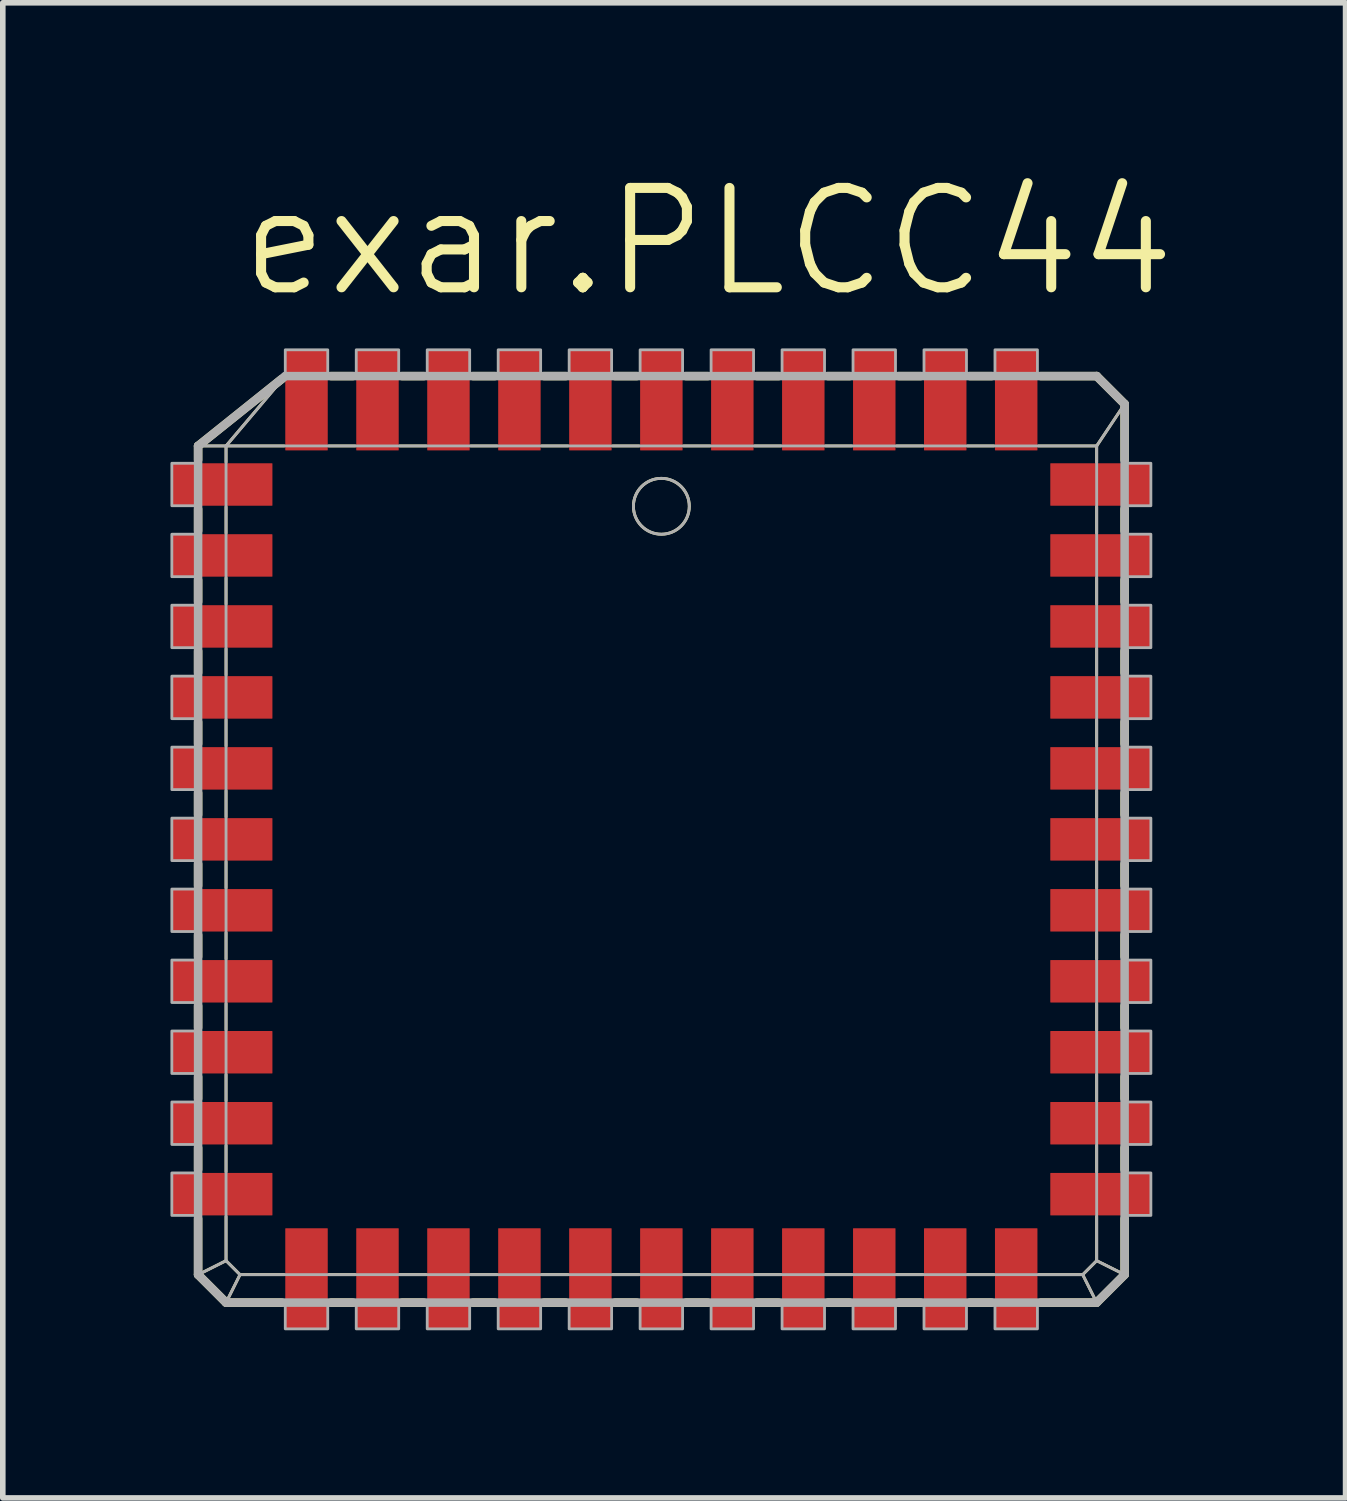
<source format=kicad_pcb>
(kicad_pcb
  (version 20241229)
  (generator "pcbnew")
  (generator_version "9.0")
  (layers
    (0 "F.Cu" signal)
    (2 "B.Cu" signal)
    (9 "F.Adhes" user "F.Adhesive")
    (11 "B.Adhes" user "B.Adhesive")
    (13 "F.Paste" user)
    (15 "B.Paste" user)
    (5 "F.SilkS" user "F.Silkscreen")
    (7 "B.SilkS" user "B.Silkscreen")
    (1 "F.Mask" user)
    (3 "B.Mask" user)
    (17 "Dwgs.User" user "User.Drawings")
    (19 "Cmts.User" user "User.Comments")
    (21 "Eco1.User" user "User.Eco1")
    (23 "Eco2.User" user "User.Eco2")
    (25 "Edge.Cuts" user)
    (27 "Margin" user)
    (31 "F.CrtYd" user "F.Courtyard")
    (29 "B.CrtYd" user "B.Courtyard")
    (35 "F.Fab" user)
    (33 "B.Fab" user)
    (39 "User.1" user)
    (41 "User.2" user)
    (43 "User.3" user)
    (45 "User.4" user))
  (footprint "exar.PLCC44"
    (layer "F.Cu")
    (at 8.785 11.97)
    (property "Reference" "exar.PLCC44" (at -7.62 -9.652 0) (layer "F.SilkS") (effects (font (size 1.778 1.778) (thickness 0.18)) (justify left bottom)))
    (attr smd)
    (fp_line (start -8.29 -7.04) (end -7.79 -7.04) (stroke (width 0.051) (type default)) (layer "F.SilkS"))
    (fp_line (start -8.29 -7.04) (end -6.79 -8.24) (stroke (width 0.152) (type default)) (layer "F.SilkS"))
    (fp_line (start -8.29 -6.79) (end -8.29 -7.04) (stroke (width 0.152) (type default)) (layer "F.SilkS"))
    (fp_line (start -8.29 -5.52) (end -8.29 -5.91) (stroke (width 0.152) (type default)) (layer "F.SilkS"))
    (fp_line (start -8.29 -4.25) (end -8.29 -4.64) (stroke (width 0.152) (type default)) (layer "F.SilkS"))
    (fp_line (start -8.29 -2.98) (end -8.29 -3.37) (stroke (width 0.152) (type default)) (layer "F.SilkS"))
    (fp_line (start -8.29 -1.71) (end -8.29 -2.1) (stroke (width 0.152) (type default)) (layer "F.SilkS"))
    (fp_line (start -8.29 -0.44) (end -8.29 -0.83) (stroke (width 0.152) (type default)) (layer "F.SilkS"))
    (fp_line (start -8.29 0.83) (end -8.29 0.44) (stroke (width 0.152) (type default)) (layer "F.SilkS"))
    (fp_line (start -8.29 2.1) (end -8.29 1.71) (stroke (width 0.152) (type default)) (layer "F.SilkS"))
    (fp_line (start -8.29 3.37) (end -8.29 2.98) (stroke (width 0.152) (type default)) (layer "F.SilkS"))
    (fp_line (start -8.29 4.64) (end -8.29 4.25) (stroke (width 0.152) (type default)) (layer "F.SilkS"))
    (fp_line (start -8.29 5.91) (end -8.29 5.52) (stroke (width 0.152) (type default)) (layer "F.SilkS"))
    (fp_line (start -8.29 7.79) (end -8.29 6.79) (stroke (width 0.152) (type default)) (layer "F.SilkS"))
    (fp_line (start -8.29 7.79) (end -7.79 7.54) (stroke (width 0.051) (type default)) (layer "F.SilkS"))
    (fp_line (start -7.79 -7.04) (end -6.75 -8.27) (stroke (width 0.051) (type default)) (layer "F.SilkS"))
    (fp_line (start -7.79 -7.04) (end -6.75 -7.04) (stroke (width 0.051) (type default)) (layer "F.SilkS"))
    (fp_line (start -7.79 -6.75) (end -7.79 -7.04) (stroke (width 0.051) (type default)) (layer "F.SilkS"))
    (fp_line (start -7.79 -5.48) (end -7.79 -5.95) (stroke (width 0.051) (type default)) (layer "F.SilkS"))
    (fp_line (start -7.79 -4.21) (end -7.79 -4.68) (stroke (width 0.051) (type default)) (layer "F.SilkS"))
    (fp_line (start -7.79 -2.94) (end -7.79 -3.41) (stroke (width 0.051) (type default)) (layer "F.SilkS"))
    (fp_line (start -7.79 -1.67) (end -7.79 -2.14) (stroke (width 0.051) (type default)) (layer "F.SilkS"))
    (fp_line (start -7.79 -0.4) (end -7.79 -0.87) (stroke (width 0.051) (type default)) (layer "F.SilkS"))
    (fp_line (start -7.79 0.87) (end -7.79 0.4) (stroke (width 0.051) (type default)) (layer "F.SilkS"))
    (fp_line (start -7.79 2.14) (end -7.79 1.67) (stroke (width 0.051) (type default)) (layer "F.SilkS"))
    (fp_line (start -7.79 3.41) (end -7.79 2.94) (stroke (width 0.051) (type default)) (layer "F.SilkS"))
    (fp_line (start -7.79 4.68) (end -7.79 4.21) (stroke (width 0.051) (type default)) (layer "F.SilkS"))
    (fp_line (start -7.79 5.95) (end -7.79 5.48) (stroke (width 0.051) (type default)) (layer "F.SilkS"))
    (fp_line (start -7.79 7.54) (end -7.79 6.75) (stroke (width 0.051) (type default)) (layer "F.SilkS"))
    (fp_line (start -7.79 8.29) (end -8.29 7.79) (stroke (width 0.152) (type default)) (layer "F.SilkS"))
    (fp_line (start -7.79 8.29) (end -7.54 7.79) (stroke (width 0.051) (type default)) (layer "F.SilkS"))
    (fp_line (start -7.54 7.79) (end -7.79 7.54) (stroke (width 0.051) (type default)) (layer "F.SilkS"))
    (fp_line (start -6.79 8.29) (end -7.79 8.29) (stroke (width 0.152) (type default)) (layer "F.SilkS"))
    (fp_line (start -6.75 7.79) (end -7.54 7.79) (stroke (width 0.051) (type default)) (layer "F.SilkS"))
    (fp_line (start -5.95 -7.04) (end -5.48 -7.04) (stroke (width 0.051) (type default)) (layer "F.SilkS"))
    (fp_line (start -5.91 -8.29) (end -5.52 -8.29) (stroke (width 0.152) (type default)) (layer "F.SilkS"))
    (fp_line (start -5.52 8.29) (end -5.91 8.29) (stroke (width 0.152) (type default)) (layer "F.SilkS"))
    (fp_line (start -5.48 7.79) (end -5.95 7.79) (stroke (width 0.051) (type default)) (layer "F.SilkS"))
    (fp_line (start -4.68 -7.04) (end -4.21 -7.04) (stroke (width 0.051) (type default)) (layer "F.SilkS"))
    (fp_line (start -4.64 -8.29) (end -4.25 -8.29) (stroke (width 0.152) (type default)) (layer "F.SilkS"))
    (fp_line (start -4.25 8.29) (end -4.64 8.29) (stroke (width 0.152) (type default)) (layer "F.SilkS"))
    (fp_line (start -4.21 7.79) (end -4.68 7.79) (stroke (width 0.051) (type default)) (layer "F.SilkS"))
    (fp_line (start -3.41 -7.04) (end -2.94 -7.04) (stroke (width 0.051) (type default)) (layer "F.SilkS"))
    (fp_line (start -3.37 -8.29) (end -2.98 -8.29) (stroke (width 0.152) (type default)) (layer "F.SilkS"))
    (fp_line (start -2.98 8.29) (end -3.37 8.29) (stroke (width 0.152) (type default)) (layer "F.SilkS"))
    (fp_line (start -2.94 7.79) (end -3.41 7.79) (stroke (width 0.051) (type default)) (layer "F.SilkS"))
    (fp_line (start -2.14 -7.04) (end -1.67 -7.04) (stroke (width 0.051) (type default)) (layer "F.SilkS"))
    (fp_line (start -2.1 -8.29) (end -1.71 -8.29) (stroke (width 0.152) (type default)) (layer "F.SilkS"))
    (fp_line (start -1.71 8.29) (end -2.1 8.29) (stroke (width 0.152) (type default)) (layer "F.SilkS"))
    (fp_line (start -1.67 7.79) (end -2.14 7.79) (stroke (width 0.051) (type default)) (layer "F.SilkS"))
    (fp_line (start -0.87 -7.04) (end -0.4 -7.04) (stroke (width 0.051) (type default)) (layer "F.SilkS"))
    (fp_line (start -0.83 -8.29) (end -0.44 -8.29) (stroke (width 0.152) (type default)) (layer "F.SilkS"))
    (fp_line (start -0.44 8.29) (end -0.83 8.29) (stroke (width 0.152) (type default)) (layer "F.SilkS"))
    (fp_line (start -0.4 7.79) (end -0.87 7.79) (stroke (width 0.051) (type default)) (layer "F.SilkS"))
    (fp_line (start 0.4 -7.04) (end 0.87 -7.04) (stroke (width 0.051) (type default)) (layer "F.SilkS"))
    (fp_line (start 0.44 -8.29) (end 0.83 -8.29) (stroke (width 0.152) (type default)) (layer "F.SilkS"))
    (fp_line (start 0.83 8.29) (end 0.44 8.29) (stroke (width 0.152) (type default)) (layer "F.SilkS"))
    (fp_line (start 0.87 7.79) (end 0.4 7.79) (stroke (width 0.051) (type default)) (layer "F.SilkS"))
    (fp_line (start 1.67 -7.04) (end 2.14 -7.04) (stroke (width 0.051) (type default)) (layer "F.SilkS"))
    (fp_line (start 1.71 -8.29) (end 2.1 -8.29) (stroke (width 0.152) (type default)) (layer "F.SilkS"))
    (fp_line (start 2.1 8.29) (end 1.71 8.29) (stroke (width 0.152) (type default)) (layer "F.SilkS"))
    (fp_line (start 2.14 7.79) (end 1.67 7.79) (stroke (width 0.051) (type default)) (layer "F.SilkS"))
    (fp_line (start 2.94 -7.04) (end 3.41 -7.04) (stroke (width 0.051) (type default)) (layer "F.SilkS"))
    (fp_line (start 2.98 -8.29) (end 3.37 -8.29) (stroke (width 0.152) (type default)) (layer "F.SilkS"))
    (fp_line (start 3.37 8.29) (end 2.98 8.29) (stroke (width 0.152) (type default)) (layer "F.SilkS"))
    (fp_line (start 3.41 7.79) (end 2.94 7.79) (stroke (width 0.051) (type default)) (layer "F.SilkS"))
    (fp_line (start 4.21 -7.04) (end 4.68 -7.04) (stroke (width 0.051) (type default)) (layer "F.SilkS"))
    (fp_line (start 4.25 -8.29) (end 4.64 -8.29) (stroke (width 0.152) (type default)) (layer "F.SilkS"))
    (fp_line (start 4.64 8.29) (end 4.25 8.29) (stroke (width 0.152) (type default)) (layer "F.SilkS"))
    (fp_line (start 4.68 7.79) (end 4.21 7.79) (stroke (width 0.051) (type default)) (layer "F.SilkS"))
    (fp_line (start 5.48 -7.04) (end 5.95 -7.04) (stroke (width 0.051) (type default)) (layer "F.SilkS"))
    (fp_line (start 5.52 -8.29) (end 5.91 -8.29) (stroke (width 0.152) (type default)) (layer "F.SilkS"))
    (fp_line (start 5.91 8.29) (end 5.52 8.29) (stroke (width 0.152) (type default)) (layer "F.SilkS"))
    (fp_line (start 5.95 7.79) (end 5.48 7.79) (stroke (width 0.051) (type default)) (layer "F.SilkS"))
    (fp_line (start 6.75 -7.04) (end 7.79 -7.04) (stroke (width 0.051) (type default)) (layer "F.SilkS"))
    (fp_line (start 6.79 -8.29) (end 7.79 -8.29) (stroke (width 0.152) (type default)) (layer "F.SilkS"))
    (fp_line (start 7.54 7.79) (end 6.75 7.79) (stroke (width 0.051) (type default)) (layer "F.SilkS"))
    (fp_line (start 7.54 7.79) (end 7.79 8.29) (stroke (width 0.051) (type default)) (layer "F.SilkS"))
    (fp_line (start 7.79 -8.29) (end 8.29 -7.79) (stroke (width 0.152) (type default)) (layer "F.SilkS"))
    (fp_line (start 7.79 -7.04) (end 7.79 -6.75) (stroke (width 0.051) (type default)) (layer "F.SilkS"))
    (fp_line (start 7.79 -5.95) (end 7.79 -5.48) (stroke (width 0.051) (type default)) (layer "F.SilkS"))
    (fp_line (start 7.79 -4.68) (end 7.79 -4.21) (stroke (width 0.051) (type default)) (layer "F.SilkS"))
    (fp_line (start 7.79 -3.41) (end 7.79 -2.94) (stroke (width 0.051) (type default)) (layer "F.SilkS"))
    (fp_line (start 7.79 -2.14) (end 7.79 -1.67) (stroke (width 0.051) (type default)) (layer "F.SilkS"))
    (fp_line (start 7.79 -0.87) (end 7.79 -0.4) (stroke (width 0.051) (type default)) (layer "F.SilkS"))
    (fp_line (start 7.79 0.4) (end 7.79 0.87) (stroke (width 0.051) (type default)) (layer "F.SilkS"))
    (fp_line (start 7.79 1.67) (end 7.79 2.14) (stroke (width 0.051) (type default)) (layer "F.SilkS"))
    (fp_line (start 7.79 2.94) (end 7.79 3.41) (stroke (width 0.051) (type default)) (layer "F.SilkS"))
    (fp_line (start 7.79 4.21) (end 7.79 4.68) (stroke (width 0.051) (type default)) (layer "F.SilkS"))
    (fp_line (start 7.79 5.48) (end 7.79 5.95) (stroke (width 0.051) (type default)) (layer "F.SilkS"))
    (fp_line (start 7.79 6.75) (end 7.79 7.54) (stroke (width 0.051) (type default)) (layer "F.SilkS"))
    (fp_line (start 7.79 7.54) (end 7.54 7.79) (stroke (width 0.051) (type default)) (layer "F.SilkS"))
    (fp_line (start 7.79 7.54) (end 8.29 7.79) (stroke (width 0.051) (type default)) (layer "F.SilkS"))
    (fp_line (start 7.79 8.29) (end 6.79 8.29) (stroke (width 0.152) (type default)) (layer "F.SilkS"))
    (fp_line (start 8.29 -7.79) (end 7.79 -7.04) (stroke (width 0.051) (type default)) (layer "F.SilkS"))
    (fp_line (start 8.29 -7.79) (end 8.29 -6.79) (stroke (width 0.152) (type default)) (layer "F.SilkS"))
    (fp_line (start 8.29 -5.91) (end 8.29 -5.52) (stroke (width 0.152) (type default)) (layer "F.SilkS"))
    (fp_line (start 8.29 -4.64) (end 8.29 -4.25) (stroke (width 0.152) (type default)) (layer "F.SilkS"))
    (fp_line (start 8.29 -3.37) (end 8.29 -2.98) (stroke (width 0.152) (type default)) (layer "F.SilkS"))
    (fp_line (start 8.29 -2.1) (end 8.29 -1.71) (stroke (width 0.152) (type default)) (layer "F.SilkS"))
    (fp_line (start 8.29 -0.83) (end 8.29 -0.44) (stroke (width 0.152) (type default)) (layer "F.SilkS"))
    (fp_line (start 8.29 0.44) (end 8.29 0.83) (stroke (width 0.152) (type default)) (layer "F.SilkS"))
    (fp_line (start 8.29 1.71) (end 8.29 2.1) (stroke (width 0.152) (type default)) (layer "F.SilkS"))
    (fp_line (start 8.29 2.98) (end 8.29 3.37) (stroke (width 0.152) (type default)) (layer "F.SilkS"))
    (fp_line (start 8.29 4.25) (end 8.29 4.64) (stroke (width 0.152) (type default)) (layer "F.SilkS"))
    (fp_line (start 8.29 5.52) (end 8.29 5.91) (stroke (width 0.152) (type default)) (layer "F.SilkS"))
    (fp_line (start 8.29 6.79) (end 8.29 7.79) (stroke (width 0.152) (type default)) (layer "F.SilkS"))
    (fp_line (start 8.29 7.79) (end 7.79 8.29) (stroke (width 0.152) (type default)) (layer "F.SilkS"))
    (fp_circle (center 0 -5.96) (end 0.5 -5.96) (stroke (width 0.051) (type default)) (fill no) (layer "F.SilkS"))
    (fp_line (start -8.29 -7.04) (end -7.79 -7.04) (stroke (width 0.051) (type default)) (layer "F.Fab"))
    (fp_line (start -8.29 -7.04) (end -6.73 -8.29) (stroke (width 0.152) (type default)) (layer "F.Fab"))
    (fp_line (start -8.29 7.79) (end -8.29 -7.04) (stroke (width 0.152) (type default)) (layer "F.Fab"))
    (fp_line (start -8.29 7.79) (end -7.79 7.54) (stroke (width 0.051) (type default)) (layer "F.Fab"))
    (fp_line (start -7.79 -7.04) (end -6.73 -8.29) (stroke (width 0.051) (type default)) (layer "F.Fab"))
    (fp_line (start -7.79 -7.04) (end 7.79 -7.04) (stroke (width 0.051) (type default)) (layer "F.Fab"))
    (fp_line (start -7.79 7.54) (end -7.79 -7.04) (stroke (width 0.051) (type default)) (layer "F.Fab"))
    (fp_line (start -7.79 8.29) (end -8.29 7.79) (stroke (width 0.152) (type default)) (layer "F.Fab"))
    (fp_line (start -7.79 8.29) (end -7.54 7.79) (stroke (width 0.051) (type default)) (layer "F.Fab"))
    (fp_line (start -7.54 7.79) (end -7.79 7.54) (stroke (width 0.051) (type default)) (layer "F.Fab"))
    (fp_line (start -6.73 -8.29) (end 7.79 -8.29) (stroke (width 0.152) (type default)) (layer "F.Fab"))
    (fp_line (start 7.54 7.79) (end -7.54 7.79) (stroke (width 0.051) (type default)) (layer "F.Fab"))
    (fp_line (start 7.54 7.79) (end 7.79 8.29) (stroke (width 0.051) (type default)) (layer "F.Fab"))
    (fp_line (start 7.79 -8.29) (end 8.29 -7.79) (stroke (width 0.152) (type default)) (layer "F.Fab"))
    (fp_line (start 7.79 -7.04) (end 7.79 7.54) (stroke (width 0.051) (type default)) (layer "F.Fab"))
    (fp_line (start 7.79 7.54) (end 7.54 7.79) (stroke (width 0.051) (type default)) (layer "F.Fab"))
    (fp_line (start 7.79 7.54) (end 8.29 7.79) (stroke (width 0.051) (type default)) (layer "F.Fab"))
    (fp_line (start 7.79 8.29) (end -7.79 8.29) (stroke (width 0.152) (type default)) (layer "F.Fab"))
    (fp_line (start 8.29 -7.79) (end 7.79 -7.04) (stroke (width 0.051) (type default)) (layer "F.Fab"))
    (fp_line (start 8.29 -7.79) (end 8.29 7.79) (stroke (width 0.152) (type default)) (layer "F.Fab"))
    (fp_line (start 8.29 7.79) (end 7.79 8.29) (stroke (width 0.152) (type default)) (layer "F.Fab"))
    (fp_rect (start -8.76 -5.97) (end -8.29 -6.73) (stroke (width 0.05) (type default)) (fill no) (layer "F.Fab"))
    (fp_rect (start -8.76 -4.7) (end -8.29 -5.46) (stroke (width 0.05) (type default)) (fill no) (layer "F.Fab"))
    (fp_rect (start -8.76 -3.43) (end -8.29 -4.19) (stroke (width 0.05) (type default)) (fill no) (layer "F.Fab"))
    (fp_rect (start -8.76 -2.16) (end -8.29 -2.92) (stroke (width 0.05) (type default)) (fill no) (layer "F.Fab"))
    (fp_rect (start -8.76 -0.89) (end -8.29 -1.65) (stroke (width 0.05) (type default)) (fill no) (layer "F.Fab"))
    (fp_rect (start -8.76 0.38) (end -8.29 -0.38) (stroke (width 0.05) (type default)) (fill no) (layer "F.Fab"))
    (fp_rect (start -8.76 1.65) (end -8.29 0.89) (stroke (width 0.05) (type default)) (fill no) (layer "F.Fab"))
    (fp_rect (start -8.76 2.92) (end -8.29 2.16) (stroke (width 0.05) (type default)) (fill no) (layer "F.Fab"))
    (fp_rect (start -8.76 4.19) (end -8.29 3.43) (stroke (width 0.05) (type default)) (fill no) (layer "F.Fab"))
    (fp_rect (start -8.76 5.46) (end -8.29 4.7) (stroke (width 0.05) (type default)) (fill no) (layer "F.Fab"))
    (fp_rect (start -8.76 6.73) (end -8.29 5.97) (stroke (width 0.05) (type default)) (fill no) (layer "F.Fab"))
    (fp_rect (start -6.73 -8.29) (end -5.97 -8.76) (stroke (width 0.05) (type default)) (fill no) (layer "F.Fab"))
    (fp_rect (start -6.73 8.76) (end -5.97 8.29) (stroke (width 0.05) (type default)) (fill no) (layer "F.Fab"))
    (fp_rect (start -5.46 -8.29) (end -4.7 -8.76) (stroke (width 0.05) (type default)) (fill no) (layer "F.Fab"))
    (fp_rect (start -5.46 8.76) (end -4.7 8.29) (stroke (width 0.05) (type default)) (fill no) (layer "F.Fab"))
    (fp_rect (start -4.19 -8.29) (end -3.43 -8.76) (stroke (width 0.05) (type default)) (fill no) (layer "F.Fab"))
    (fp_rect (start -4.19 8.76) (end -3.43 8.29) (stroke (width 0.05) (type default)) (fill no) (layer "F.Fab"))
    (fp_rect (start -2.92 -8.29) (end -2.16 -8.76) (stroke (width 0.05) (type default)) (fill no) (layer "F.Fab"))
    (fp_rect (start -2.92 8.76) (end -2.16 8.29) (stroke (width 0.05) (type default)) (fill no) (layer "F.Fab"))
    (fp_rect (start -1.65 -8.29) (end -0.89 -8.76) (stroke (width 0.05) (type default)) (fill no) (layer "F.Fab"))
    (fp_rect (start -1.65 8.76) (end -0.89 8.29) (stroke (width 0.05) (type default)) (fill no) (layer "F.Fab"))
    (fp_rect (start -0.38 -8.29) (end 0.38 -8.76) (stroke (width 0.05) (type default)) (fill no) (layer "F.Fab"))
    (fp_rect (start -0.38 8.76) (end 0.38 8.29) (stroke (width 0.05) (type default)) (fill no) (layer "F.Fab"))
    (fp_rect (start 0.89 -8.29) (end 1.65 -8.76) (stroke (width 0.05) (type default)) (fill no) (layer "F.Fab"))
    (fp_rect (start 0.89 8.76) (end 1.65 8.29) (stroke (width 0.05) (type default)) (fill no) (layer "F.Fab"))
    (fp_rect (start 2.16 -8.29) (end 2.92 -8.76) (stroke (width 0.05) (type default)) (fill no) (layer "F.Fab"))
    (fp_rect (start 2.16 8.76) (end 2.92 8.29) (stroke (width 0.05) (type default)) (fill no) (layer "F.Fab"))
    (fp_rect (start 3.43 -8.29) (end 4.19 -8.76) (stroke (width 0.05) (type default)) (fill no) (layer "F.Fab"))
    (fp_rect (start 3.43 8.76) (end 4.19 8.29) (stroke (width 0.05) (type default)) (fill no) (layer "F.Fab"))
    (fp_rect (start 4.7 -8.29) (end 5.46 -8.76) (stroke (width 0.05) (type default)) (fill no) (layer "F.Fab"))
    (fp_rect (start 4.7 8.76) (end 5.46 8.29) (stroke (width 0.05) (type default)) (fill no) (layer "F.Fab"))
    (fp_rect (start 5.97 -8.29) (end 6.73 -8.76) (stroke (width 0.05) (type default)) (fill no) (layer "F.Fab"))
    (fp_rect (start 5.97 8.76) (end 6.73 8.29) (stroke (width 0.05) (type default)) (fill no) (layer "F.Fab"))
    (fp_rect (start 8.29 -5.97) (end 8.76 -6.73) (stroke (width 0.05) (type default)) (fill no) (layer "F.Fab"))
    (fp_rect (start 8.29 -4.7) (end 8.76 -5.46) (stroke (width 0.05) (type default)) (fill no) (layer "F.Fab"))
    (fp_rect (start 8.29 -3.43) (end 8.76 -4.19) (stroke (width 0.05) (type default)) (fill no) (layer "F.Fab"))
    (fp_rect (start 8.29 -2.16) (end 8.76 -2.92) (stroke (width 0.05) (type default)) (fill no) (layer "F.Fab"))
    (fp_rect (start 8.29 -0.89) (end 8.76 -1.65) (stroke (width 0.05) (type default)) (fill no) (layer "F.Fab"))
    (fp_rect (start 8.29 0.38) (end 8.76 -0.38) (stroke (width 0.05) (type default)) (fill no) (layer "F.Fab"))
    (fp_rect (start 8.29 1.65) (end 8.76 0.89) (stroke (width 0.05) (type default)) (fill no) (layer "F.Fab"))
    (fp_rect (start 8.29 2.92) (end 8.76 2.16) (stroke (width 0.05) (type default)) (fill no) (layer "F.Fab"))
    (fp_rect (start 8.29 4.19) (end 8.76 3.43) (stroke (width 0.05) (type default)) (fill no) (layer "F.Fab"))
    (fp_rect (start 8.29 5.46) (end 8.76 4.7) (stroke (width 0.05) (type default)) (fill no) (layer "F.Fab"))
    (fp_rect (start 8.29 6.73) (end 8.76 5.97) (stroke (width 0.05) (type default)) (fill no) (layer "F.Fab"))
    (fp_circle (center 0 -5.96) (end 0.5 -5.96) (stroke (width 0.051) (type default)) (fill no) (layer "F.Fab"))
    (pad "1" smd roundrect (at 0 -7.86) (size 0.76 1.8) (layers "F.Cu" "F.Mask" "F.Paste") (roundrect_rratio 0.01))
    (pad "2" smd roundrect (at -1.27 -7.86) (size 0.76 1.8) (layers "F.Cu" "F.Mask" "F.Paste") (roundrect_rratio 0.01))
    (pad "3" smd roundrect (at -2.54 -7.86) (size 0.76 1.8) (layers "F.Cu" "F.Mask" "F.Paste") (roundrect_rratio 0.01))
    (pad "4" smd roundrect (at -3.81 -7.86) (size 0.76 1.8) (layers "F.Cu" "F.Mask" "F.Paste") (roundrect_rratio 0.01))
    (pad "5" smd roundrect (at -5.08 -7.86) (size 0.76 1.8) (layers "F.Cu" "F.Mask" "F.Paste") (roundrect_rratio 0.01))
    (pad "6" smd roundrect (at -6.35 -7.86) (size 0.76 1.8) (layers "F.Cu" "F.Mask" "F.Paste") (roundrect_rratio 0.01))
    (pad "7" smd roundrect (at -7.86 -6.35) (size 1.8 0.76) (layers "F.Cu" "F.Mask" "F.Paste") (roundrect_rratio 0.01))
    (pad "8" smd roundrect (at -7.86 -5.08) (size 1.8 0.76) (layers "F.Cu" "F.Mask" "F.Paste") (roundrect_rratio 0.01))
    (pad "9" smd roundrect (at -7.86 -3.81) (size 1.8 0.76) (layers "F.Cu" "F.Mask" "F.Paste") (roundrect_rratio 0.01))
    (pad "10" smd roundrect (at -7.86 -2.54) (size 1.8 0.76) (layers "F.Cu" "F.Mask" "F.Paste") (roundrect_rratio 0.01))
    (pad "11" smd roundrect (at -7.86 -1.27) (size 1.8 0.76) (layers "F.Cu" "F.Mask" "F.Paste") (roundrect_rratio 0.01))
    (pad "12" smd roundrect (at -7.86 0) (size 1.8 0.76) (layers "F.Cu" "F.Mask" "F.Paste") (roundrect_rratio 0.01))
    (pad "13" smd roundrect (at -7.86 1.27) (size 1.8 0.76) (layers "F.Cu" "F.Mask" "F.Paste") (roundrect_rratio 0.01))
    (pad "14" smd roundrect (at -7.86 2.54) (size 1.8 0.76) (layers "F.Cu" "F.Mask" "F.Paste") (roundrect_rratio 0.01))
    (pad "15" smd roundrect (at -7.86 3.81) (size 1.8 0.76) (layers "F.Cu" "F.Mask" "F.Paste") (roundrect_rratio 0.01))
    (pad "16" smd roundrect (at -7.86 5.08) (size 1.8 0.76) (layers "F.Cu" "F.Mask" "F.Paste") (roundrect_rratio 0.01))
    (pad "17" smd roundrect (at -7.86 6.35) (size 1.8 0.76) (layers "F.Cu" "F.Mask" "F.Paste") (roundrect_rratio 0.01))
    (pad "18" smd roundrect (at -6.35 7.86) (size 0.76 1.8) (layers "F.Cu" "F.Mask" "F.Paste") (roundrect_rratio 0.01))
    (pad "19" smd roundrect (at -5.08 7.86) (size 0.76 1.8) (layers "F.Cu" "F.Mask" "F.Paste") (roundrect_rratio 0.01))
    (pad "20" smd roundrect (at -3.81 7.86) (size 0.76 1.8) (layers "F.Cu" "F.Mask" "F.Paste") (roundrect_rratio 0.01))
    (pad "21" smd roundrect (at -2.54 7.86) (size 0.76 1.8) (layers "F.Cu" "F.Mask" "F.Paste") (roundrect_rratio 0.01))
    (pad "22" smd roundrect (at -1.27 7.86) (size 0.76 1.8) (layers "F.Cu" "F.Mask" "F.Paste") (roundrect_rratio 0.01))
    (pad "23" smd roundrect (at 0 7.86) (size 0.76 1.8) (layers "F.Cu" "F.Mask" "F.Paste") (roundrect_rratio 0.01))
    (pad "24" smd roundrect (at 1.27 7.86) (size 0.76 1.8) (layers "F.Cu" "F.Mask" "F.Paste") (roundrect_rratio 0.01))
    (pad "25" smd roundrect (at 2.54 7.86) (size 0.76 1.8) (layers "F.Cu" "F.Mask" "F.Paste") (roundrect_rratio 0.01))
    (pad "26" smd roundrect (at 3.81 7.86) (size 0.76 1.8) (layers "F.Cu" "F.Mask" "F.Paste") (roundrect_rratio 0.01))
    (pad "27" smd roundrect (at 5.08 7.86) (size 0.76 1.8) (layers "F.Cu" "F.Mask" "F.Paste") (roundrect_rratio 0.01))
    (pad "28" smd roundrect (at 6.35 7.86) (size 0.76 1.8) (layers "F.Cu" "F.Mask" "F.Paste") (roundrect_rratio 0.01))
    (pad "29" smd roundrect (at 7.86 6.35) (size 1.8 0.76) (layers "F.Cu" "F.Mask" "F.Paste") (roundrect_rratio 0.01))
    (pad "30" smd roundrect (at 7.86 5.08) (size 1.8 0.76) (layers "F.Cu" "F.Mask" "F.Paste") (roundrect_rratio 0.01))
    (pad "31" smd roundrect (at 7.86 3.81) (size 1.8 0.76) (layers "F.Cu" "F.Mask" "F.Paste") (roundrect_rratio 0.01))
    (pad "32" smd roundrect (at 7.86 2.54) (size 1.8 0.76) (layers "F.Cu" "F.Mask" "F.Paste") (roundrect_rratio 0.01))
    (pad "33" smd roundrect (at 7.86 1.27) (size 1.8 0.76) (layers "F.Cu" "F.Mask" "F.Paste") (roundrect_rratio 0.01))
    (pad "34" smd roundrect (at 7.86 0) (size 1.8 0.76) (layers "F.Cu" "F.Mask" "F.Paste") (roundrect_rratio 0.01))
    (pad "35" smd roundrect (at 7.86 -1.27) (size 1.8 0.76) (layers "F.Cu" "F.Mask" "F.Paste") (roundrect_rratio 0.01))
    (pad "36" smd roundrect (at 7.86 -2.54) (size 1.8 0.76) (layers "F.Cu" "F.Mask" "F.Paste") (roundrect_rratio 0.01))
    (pad "37" smd roundrect (at 7.86 -3.81) (size 1.8 0.76) (layers "F.Cu" "F.Mask" "F.Paste") (roundrect_rratio 0.01))
    (pad "38" smd roundrect (at 7.86 -5.08) (size 1.8 0.76) (layers "F.Cu" "F.Mask" "F.Paste") (roundrect_rratio 0.01))
    (pad "39" smd roundrect (at 7.86 -6.35) (size 1.8 0.76) (layers "F.Cu" "F.Mask" "F.Paste") (roundrect_rratio 0.01))
    (pad "40" smd roundrect (at 6.35 -7.86) (size 0.76 1.8) (layers "F.Cu" "F.Mask" "F.Paste") (roundrect_rratio 0.01))
    (pad "41" smd roundrect (at 5.08 -7.86) (size 0.76 1.8) (layers "F.Cu" "F.Mask" "F.Paste") (roundrect_rratio 0.01))
    (pad "42" smd roundrect (at 3.81 -7.86) (size 0.76 1.8) (layers "F.Cu" "F.Mask" "F.Paste") (roundrect_rratio 0.01))
    (pad "43" smd roundrect (at 2.54 -7.86) (size 0.76 1.8) (layers "F.Cu" "F.Mask" "F.Paste") (roundrect_rratio 0.01))
    (pad "44" smd roundrect (at 1.27 -7.86) (size 0.76 1.8) (layers "F.Cu" "F.Mask" "F.Paste") (roundrect_rratio 0.01)))
  (gr_rect
    (start -3 -3)
    (end 21.029 23.755)
    (stroke (width 0.1) (type default))
    (fill no)
    (layer "Edge.Cuts")))
</source>
